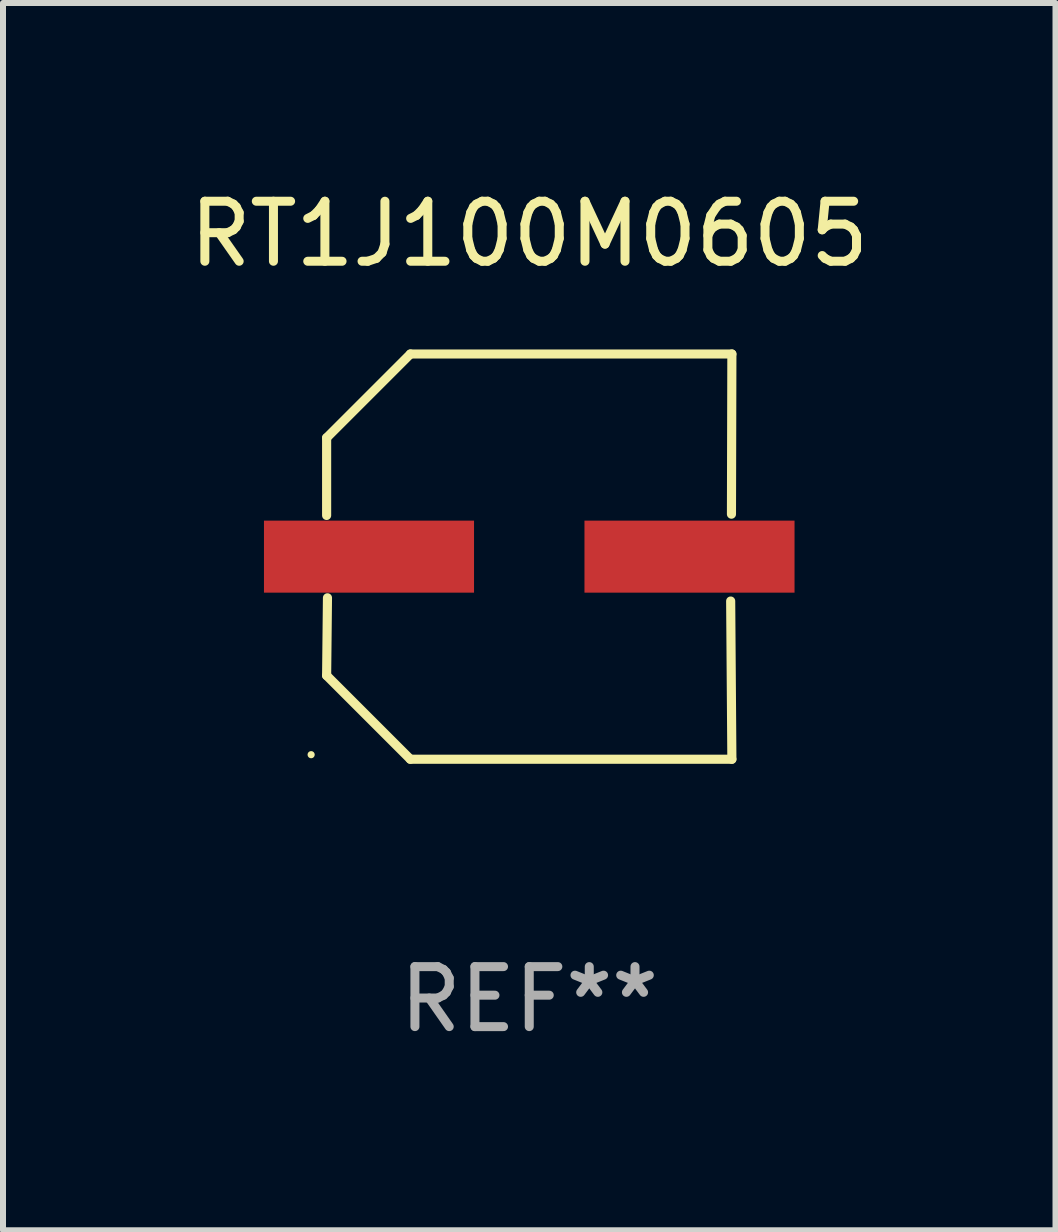
<source format=kicad_pcb>
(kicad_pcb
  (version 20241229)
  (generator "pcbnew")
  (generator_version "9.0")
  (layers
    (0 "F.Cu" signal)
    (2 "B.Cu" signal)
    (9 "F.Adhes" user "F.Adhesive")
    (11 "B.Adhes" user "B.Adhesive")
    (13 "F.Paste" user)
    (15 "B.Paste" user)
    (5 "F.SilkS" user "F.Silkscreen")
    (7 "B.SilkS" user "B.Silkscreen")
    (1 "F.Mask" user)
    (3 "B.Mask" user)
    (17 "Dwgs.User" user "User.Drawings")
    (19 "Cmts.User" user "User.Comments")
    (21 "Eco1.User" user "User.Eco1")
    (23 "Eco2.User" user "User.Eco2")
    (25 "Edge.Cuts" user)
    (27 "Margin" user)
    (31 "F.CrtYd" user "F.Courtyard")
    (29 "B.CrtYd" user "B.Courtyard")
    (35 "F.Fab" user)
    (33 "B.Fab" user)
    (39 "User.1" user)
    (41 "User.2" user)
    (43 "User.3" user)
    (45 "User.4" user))
  (footprint "RT1J100M0605"
    (layer "F.Cu")
    (at 5.768 6.224)
    (property "Reference" "RT1J100M0605" (at 0 -5.376 0) (layer "F.SilkS") (effects (font (size 1 1) (thickness 0.15))))
    (attr through_hole)
    (fp_line (start -3.376 -1.98) (end -3.376 -0.686) (stroke (width 0.152) (type solid)) (layer "F.SilkS"))
    (fp_line (start -3.376 1.981) (end -3.362 0.686) (stroke (width 0.152) (type solid)) (layer "F.SilkS"))
    (fp_line (start -1.981 3.376) (end -3.376 1.981) (stroke (width 0.152) (type solid)) (layer "F.SilkS"))
    (fp_line (start -1.98 -3.376) (end -3.376 -1.98) (stroke (width 0.152) (type solid)) (layer "F.SilkS"))
    (fp_line (start 3.356 0.74) (end 3.376 3.376) (stroke (width 0.152) (type solid)) (layer "F.SilkS"))
    (fp_line (start 3.369 -0.707) (end 3.376 -3.376) (stroke (width 0.152) (type solid)) (layer "F.SilkS"))
    (fp_line (start 3.376 3.376) (end -1.981 3.376) (stroke (width 0.152) (type solid)) (layer "F.SilkS"))
    (fp_line (start 3.376 -3.376) (end -1.98 -3.376) (stroke (width 0.152) (type solid)) (layer "F.SilkS"))
    (fp_circle (center -3.634 3.3) (end -3.604 3.3) (stroke (width 0.06) (type solid)) (fill no) (layer "F.SilkS"))
    (fp_text user "REF**" (at 0 7.376 0) (layer "F.Fab") (effects (font (size 1 1) (thickness 0.15))))
    (pad "1" smd rect (at -2.67 0.000254) (size 3.5 1.2) (layers "F.Cu" "F.Mask" "F.Paste"))
    (pad "2" smd rect (at 2.67 0.000254) (size 3.5 1.2) (layers "F.Cu" "F.Mask" "F.Paste")))
  (gr_rect
    (start -3 -3)
    (end 14.536 17.448)
    (stroke (width 0.1) (type default))
    (fill no)
    (layer "Edge.Cuts")))
</source>
